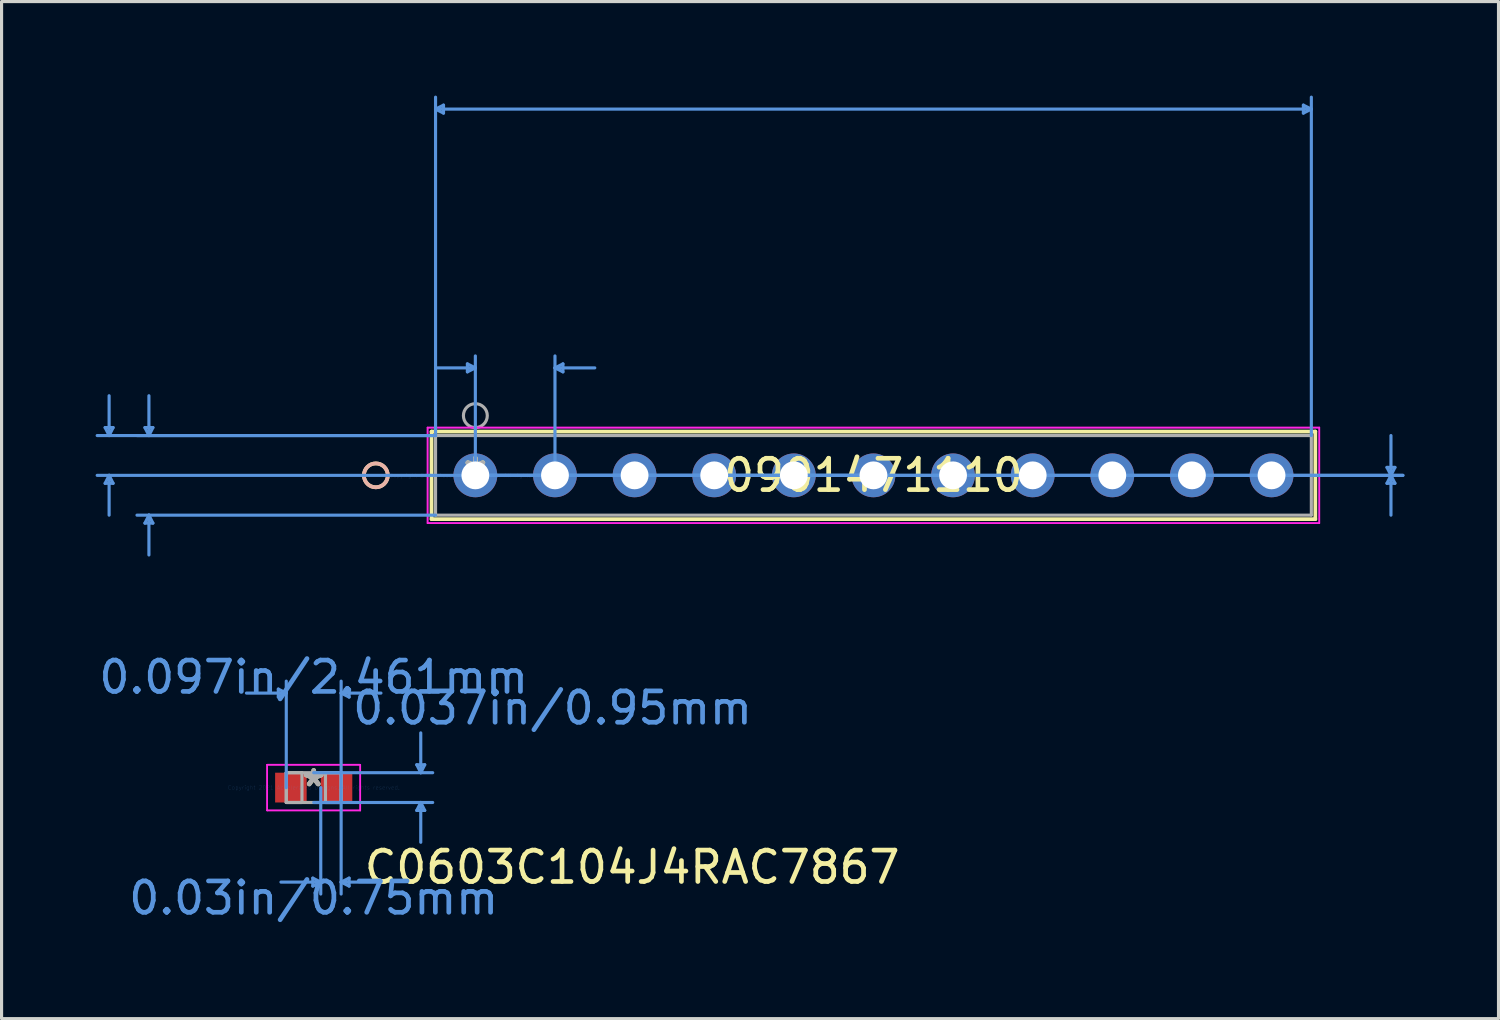
<source format=kicad_pcb>
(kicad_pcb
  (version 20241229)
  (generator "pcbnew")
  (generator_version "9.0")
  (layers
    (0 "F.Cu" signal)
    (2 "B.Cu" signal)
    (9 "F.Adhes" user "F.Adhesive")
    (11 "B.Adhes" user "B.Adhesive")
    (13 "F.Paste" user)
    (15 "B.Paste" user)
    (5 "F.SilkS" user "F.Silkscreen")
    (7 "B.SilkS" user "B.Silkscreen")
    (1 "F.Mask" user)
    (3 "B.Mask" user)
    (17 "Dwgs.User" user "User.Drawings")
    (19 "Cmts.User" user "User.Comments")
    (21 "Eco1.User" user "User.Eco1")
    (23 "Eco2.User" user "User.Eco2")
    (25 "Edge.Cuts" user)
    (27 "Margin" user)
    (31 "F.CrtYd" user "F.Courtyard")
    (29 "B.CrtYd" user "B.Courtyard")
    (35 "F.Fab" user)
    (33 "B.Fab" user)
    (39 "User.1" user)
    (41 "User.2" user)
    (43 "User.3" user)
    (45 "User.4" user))
  (footprint "0901471110"
    (layer "F.Cu")
    (at 12.115 12.115)
    (property "Reference" "0901471110" (at 12.7 0 0) (layer "F.SilkS") (effects (font (size 1 1) (thickness 0.15))))
    (attr through_hole)
    (fp_line (start -1.397 -1.397) (end -1.397 1.397) (stroke (width 0.12) (type solid)) (layer "F.SilkS"))
    (fp_line (start -1.397 1.397) (end 26.797 1.397) (stroke (width 0.12) (type solid)) (layer "F.SilkS"))
    (fp_line (start 26.797 -1.397) (end -1.397 -1.397) (stroke (width 0.12) (type solid)) (layer "F.SilkS"))
    (fp_line (start 26.797 1.397) (end 26.797 -1.397) (stroke (width 0.12) (type solid)) (layer "F.SilkS"))
    (fp_circle (center -3.175 0) (end -2.794 0) (stroke (width 0.12) (type solid)) (fill no) (layer "F.SilkS"))
    (fp_circle (center -3.175 0) (end -2.794 0) (stroke (width 0.12) (type solid)) (fill no) (layer "B.SilkS"))
    (fp_line (start -11.811 -1.524) (end -11.557 -1.524) (stroke (width 0.1) (type solid)) (layer "Cmts.User"))
    (fp_line (start -11.811 0.254) (end -11.557 0.254) (stroke (width 0.1) (type solid)) (layer "Cmts.User"))
    (fp_line (start -11.684 -1.27) (end -11.811 -1.524) (stroke (width 0.1) (type solid)) (layer "Cmts.User"))
    (fp_line (start -11.684 -1.27) (end -11.684 -2.54) (stroke (width 0.1) (type solid)) (layer "Cmts.User"))
    (fp_line (start -11.684 -1.27) (end -11.557 -1.524) (stroke (width 0.1) (type solid)) (layer "Cmts.User"))
    (fp_line (start -11.684 0) (end -11.811 0.254) (stroke (width 0.1) (type solid)) (layer "Cmts.User"))
    (fp_line (start -11.684 0) (end -11.684 1.27) (stroke (width 0.1) (type solid)) (layer "Cmts.User"))
    (fp_line (start -11.684 0) (end -11.557 0.254) (stroke (width 0.1) (type solid)) (layer "Cmts.User"))
    (fp_line (start -10.541 -1.524) (end -10.287 -1.524) (stroke (width 0.1) (type solid)) (layer "Cmts.User"))
    (fp_line (start -10.541 1.524) (end -10.287 1.524) (stroke (width 0.1) (type solid)) (layer "Cmts.User"))
    (fp_line (start -10.414 -1.27) (end -10.541 -1.524) (stroke (width 0.1) (type solid)) (layer "Cmts.User"))
    (fp_line (start -10.414 -1.27) (end -10.414 -2.54) (stroke (width 0.1) (type solid)) (layer "Cmts.User"))
    (fp_line (start -10.414 -1.27) (end -10.287 -1.524) (stroke (width 0.1) (type solid)) (layer "Cmts.User"))
    (fp_line (start -10.414 1.27) (end -10.541 1.524) (stroke (width 0.1) (type solid)) (layer "Cmts.User"))
    (fp_line (start -10.414 1.27) (end -10.414 2.54) (stroke (width 0.1) (type solid)) (layer "Cmts.User"))
    (fp_line (start -10.414 1.27) (end -10.287 1.524) (stroke (width 0.1) (type solid)) (layer "Cmts.User"))
    (fp_line (start -1.27 -11.684) (end -1.016 -11.811) (stroke (width 0.1) (type solid)) (layer "Cmts.User"))
    (fp_line (start -1.27 -11.684) (end -1.016 -11.557) (stroke (width 0.1) (type solid)) (layer "Cmts.User"))
    (fp_line (start -1.27 -11.684) (end 26.67 -11.684) (stroke (width 0.1) (type solid)) (layer "Cmts.User"))
    (fp_line (start -1.27 -1.27) (end -12.065 -1.27) (stroke (width 0.1) (type solid)) (layer "Cmts.User"))
    (fp_line (start -1.27 -1.27) (end -10.795 -1.27) (stroke (width 0.1) (type solid)) (layer "Cmts.User"))
    (fp_line (start -1.27 -1.27) (end -1.27 -12.065) (stroke (width 0.1) (type solid)) (layer "Cmts.User"))
    (fp_line (start -1.27 1.27) (end -10.795 1.27) (stroke (width 0.1) (type solid)) (layer "Cmts.User"))
    (fp_line (start -1.016 -11.811) (end -1.016 -11.557) (stroke (width 0.1) (type solid)) (layer "Cmts.User"))
    (fp_line (start -0.254 -3.556) (end -0.254 -3.302) (stroke (width 0.1) (type solid)) (layer "Cmts.User"))
    (fp_line (start 0 -3.429) (end -1.27 -3.429) (stroke (width 0.1) (type solid)) (layer "Cmts.User"))
    (fp_line (start 0 -3.429) (end -0.254 -3.556) (stroke (width 0.1) (type solid)) (layer "Cmts.User"))
    (fp_line (start 0 -3.429) (end -0.254 -3.302) (stroke (width 0.1) (type solid)) (layer "Cmts.User"))
    (fp_line (start 0 0) (end 0 -3.81) (stroke (width 0.1) (type solid)) (layer "Cmts.User"))
    (fp_line (start 0 0) (end 29.591 0) (stroke (width 0.1) (type solid)) (layer "Cmts.User"))
    (fp_line (start 0 0) (end 29.591 0) (stroke (width 0.1) (type solid)) (layer "Cmts.User"))
    (fp_line (start 2.54 -3.429) (end 2.794 -3.556) (stroke (width 0.1) (type solid)) (layer "Cmts.User"))
    (fp_line (start 2.54 -3.429) (end 2.794 -3.302) (stroke (width 0.1) (type solid)) (layer "Cmts.User"))
    (fp_line (start 2.54 -3.429) (end 3.81 -3.429) (stroke (width 0.1) (type solid)) (layer "Cmts.User"))
    (fp_line (start 2.54 0) (end 2.54 -3.81) (stroke (width 0.1) (type solid)) (layer "Cmts.User"))
    (fp_line (start 2.794 -3.556) (end 2.794 -3.302) (stroke (width 0.1) (type solid)) (layer "Cmts.User"))
    (fp_line (start 12.7 0) (end -12.065 0) (stroke (width 0.1) (type solid)) (layer "Cmts.User"))
    (fp_line (start 26.416 -11.811) (end 26.416 -11.557) (stroke (width 0.1) (type solid)) (layer "Cmts.User"))
    (fp_line (start 26.67 -11.684) (end 26.416 -11.811) (stroke (width 0.1) (type solid)) (layer "Cmts.User"))
    (fp_line (start 26.67 -11.684) (end 26.416 -11.557) (stroke (width 0.1) (type solid)) (layer "Cmts.User"))
    (fp_line (start 26.67 -1.27) (end 26.67 -12.065) (stroke (width 0.1) (type solid)) (layer "Cmts.User"))
    (fp_line (start 29.083 -0.254) (end 29.337 -0.254) (stroke (width 0.1) (type solid)) (layer "Cmts.User"))
    (fp_line (start 29.083 0.254) (end 29.337 0.254) (stroke (width 0.1) (type solid)) (layer "Cmts.User"))
    (fp_line (start 29.21 0) (end 29.083 -0.254) (stroke (width 0.1) (type solid)) (layer "Cmts.User"))
    (fp_line (start 29.21 0) (end 29.083 0.254) (stroke (width 0.1) (type solid)) (layer "Cmts.User"))
    (fp_line (start 29.21 0) (end 29.21 -1.27) (stroke (width 0.1) (type solid)) (layer "Cmts.User"))
    (fp_line (start 29.21 0) (end 29.21 1.27) (stroke (width 0.1) (type solid)) (layer "Cmts.User"))
    (fp_line (start 29.21 0) (end 29.337 -0.254) (stroke (width 0.1) (type solid)) (layer "Cmts.User"))
    (fp_line (start 29.21 0) (end 29.337 0.254) (stroke (width 0.1) (type solid)) (layer "Cmts.User"))
    (fp_line (start -1.524 -1.524) (end -1.524 1.524) (stroke (width 0.05) (type solid)) (layer "F.CrtYd"))
    (fp_line (start -1.524 -1.524) (end -1.524 1.524) (stroke (width 0.05) (type solid)) (layer "F.CrtYd"))
    (fp_line (start -1.524 1.524) (end 26.924 1.524) (stroke (width 0.05) (type solid)) (layer "F.CrtYd"))
    (fp_line (start -1.524 1.524) (end 26.924 1.524) (stroke (width 0.05) (type solid)) (layer "F.CrtYd"))
    (fp_line (start 26.924 -1.524) (end -1.524 -1.524) (stroke (width 0.05) (type solid)) (layer "F.CrtYd"))
    (fp_line (start 26.924 -1.524) (end -1.524 -1.524) (stroke (width 0.05) (type solid)) (layer "F.CrtYd"))
    (fp_line (start 26.924 1.524) (end 26.924 -1.524) (stroke (width 0.05) (type solid)) (layer "F.CrtYd"))
    (fp_line (start 26.924 1.524) (end 26.924 -1.524) (stroke (width 0.05) (type solid)) (layer "F.CrtYd"))
    (fp_line (start -1.27 -1.27) (end -1.27 1.27) (stroke (width 0.1) (type solid)) (layer "F.Fab"))
    (fp_line (start -1.27 1.27) (end 26.67 1.27) (stroke (width 0.1) (type solid)) (layer "F.Fab"))
    (fp_line (start 26.67 -1.27) (end -1.27 -1.27) (stroke (width 0.1) (type solid)) (layer "F.Fab"))
    (fp_line (start 26.67 1.27) (end 26.67 -1.27) (stroke (width 0.1) (type solid)) (layer "F.Fab"))
    (fp_circle (center 0 -1.905) (end 0.381 -1.905) (stroke (width 0.1) (type solid)) (fill no) (layer "F.Fab"))
    (fp_text user "*" (at 0 0 0) (layer "F.SilkS") (effects (font (size 1 1) (thickness 0.15))))
    (fp_text user "Copyright 2021 Accelerated Designs. All rights reserved." (at 0 0 0) (layer "Cmts.User") (effects (font (size 0.127 0.127) (thickness 0.002))))
    (fp_text user "*" (at 0 0 0) (layer "F.Fab") (effects (font (size 1 1) (thickness 0.15))))
    (pad "1" thru_hole circle (at 0 0) (size 1.397 1.397) (drill 0.889) (layers "*.Cu" "*.Mask"))
    (pad "2" thru_hole circle (at 2.54 0) (size 1.397 1.397) (drill 0.889) (layers "*.Cu" "*.Mask"))
    (pad "3" thru_hole circle (at 5.08 0) (size 1.397 1.397) (drill 0.889) (layers "*.Cu" "*.Mask"))
    (pad "4" thru_hole circle (at 7.62 0) (size 1.397 1.397) (drill 0.889) (layers "*.Cu" "*.Mask"))
    (pad "5" thru_hole circle (at 10.16 0) (size 1.397 1.397) (drill 0.889) (layers "*.Cu" "*.Mask"))
    (pad "6" thru_hole circle (at 12.7 0) (size 1.397 1.397) (drill 0.889) (layers "*.Cu" "*.Mask"))
    (pad "7" thru_hole circle (at 15.24 0) (size 1.397 1.397) (drill 0.889) (layers "*.Cu" "*.Mask"))
    (pad "8" thru_hole circle (at 17.78 0) (size 1.397 1.397) (drill 0.889) (layers "*.Cu" "*.Mask"))
    (pad "9" thru_hole circle (at 20.32 0) (size 1.397 1.397) (drill 0.889) (layers "*.Cu" "*.Mask"))
    (pad "10" thru_hole circle (at 22.86 0) (size 1.397 1.397) (drill 0.889) (layers "*.Cu" "*.Mask"))
    (pad "11" thru_hole circle (at 25.4 0) (size 1.397 1.397) (drill 0.889) (layers "*.Cu" "*.Mask")))
  (footprint "C0603C104J4RAC7867"
    (layer "F.Cu")
    (at 6.958 22.076)
    (property "Reference" "C0603C104J4RAC7867" (at 10.16 2.54 0) (layer "F.SilkS") (effects (font (size 1 1) (thickness 0.15))))
    (attr through_hole)
    (fp_line (start -1.129 -3.142) (end -1.129 -2.888) (stroke (width 0.1) (type solid)) (layer "Cmts.User"))
    (fp_line (start -0.875 -3.015) (end -2.145 -3.015) (stroke (width 0.1) (type solid)) (layer "Cmts.User"))
    (fp_line (start -0.875 -3.015) (end -1.129 -3.142) (stroke (width 0.1) (type solid)) (layer "Cmts.User"))
    (fp_line (start -0.875 -3.015) (end -1.129 -2.888) (stroke (width 0.1) (type solid)) (layer "Cmts.User"))
    (fp_line (start -0.875 0) (end -0.875 -3.396) (stroke (width 0.1) (type solid)) (layer "Cmts.User"))
    (fp_line (start -0.029 2.888) (end -0.029 3.142) (stroke (width 0.1) (type solid)) (layer "Cmts.User"))
    (fp_line (start 0 -0.475) (end 3.796 -0.475) (stroke (width 0.1) (type solid)) (layer "Cmts.User"))
    (fp_line (start 0 0.475) (end 3.796 0.475) (stroke (width 0.1) (type solid)) (layer "Cmts.User"))
    (fp_line (start 0.225 0) (end 0.225 3.396) (stroke (width 0.1) (type solid)) (layer "Cmts.User"))
    (fp_line (start 0.225 3.015) (end -1.045 3.015) (stroke (width 0.1) (type solid)) (layer "Cmts.User"))
    (fp_line (start 0.225 3.015) (end -0.029 2.888) (stroke (width 0.1) (type solid)) (layer "Cmts.User"))
    (fp_line (start 0.225 3.015) (end -0.029 3.142) (stroke (width 0.1) (type solid)) (layer "Cmts.User"))
    (fp_line (start 0.875 -3.015) (end 1.129 -3.142) (stroke (width 0.1) (type solid)) (layer "Cmts.User"))
    (fp_line (start 0.875 -3.015) (end 1.129 -2.888) (stroke (width 0.1) (type solid)) (layer "Cmts.User"))
    (fp_line (start 0.875 -3.015) (end 2.145 -3.015) (stroke (width 0.1) (type solid)) (layer "Cmts.User"))
    (fp_line (start 0.875 0) (end 0.875 -3.396) (stroke (width 0.1) (type solid)) (layer "Cmts.User"))
    (fp_line (start 0.875 0) (end 0.875 3.396) (stroke (width 0.1) (type solid)) (layer "Cmts.User"))
    (fp_line (start 0.875 3.015) (end 1.129 2.888) (stroke (width 0.1) (type solid)) (layer "Cmts.User"))
    (fp_line (start 0.875 3.015) (end 1.129 3.142) (stroke (width 0.1) (type solid)) (layer "Cmts.User"))
    (fp_line (start 0.875 3.015) (end 2.145 3.015) (stroke (width 0.1) (type solid)) (layer "Cmts.User"))
    (fp_line (start 1.129 -3.142) (end 1.129 -2.888) (stroke (width 0.1) (type solid)) (layer "Cmts.User"))
    (fp_line (start 1.129 2.888) (end 1.129 3.142) (stroke (width 0.1) (type solid)) (layer "Cmts.User"))
    (fp_line (start 3.288 -0.729) (end 3.542 -0.729) (stroke (width 0.1) (type solid)) (layer "Cmts.User"))
    (fp_line (start 3.288 0.729) (end 3.542 0.729) (stroke (width 0.1) (type solid)) (layer "Cmts.User"))
    (fp_line (start 3.415 -0.475) (end 3.288 -0.729) (stroke (width 0.1) (type solid)) (layer "Cmts.User"))
    (fp_line (start 3.415 -0.475) (end 3.415 -1.745) (stroke (width 0.1) (type solid)) (layer "Cmts.User"))
    (fp_line (start 3.415 -0.475) (end 3.542 -0.729) (stroke (width 0.1) (type solid)) (layer "Cmts.User"))
    (fp_line (start 3.415 0.475) (end 3.288 0.729) (stroke (width 0.1) (type solid)) (layer "Cmts.User"))
    (fp_line (start 3.415 0.475) (end 3.415 1.745) (stroke (width 0.1) (type solid)) (layer "Cmts.User"))
    (fp_line (start 3.415 0.475) (end 3.542 0.729) (stroke (width 0.1) (type solid)) (layer "Cmts.User"))
    (fp_line (start -1.485 -0.729) (end 1.485 -0.729) (stroke (width 0.05) (type solid)) (layer "F.CrtYd"))
    (fp_line (start -1.485 -0.729) (end 1.485 -0.729) (stroke (width 0.05) (type solid)) (layer "F.CrtYd"))
    (fp_line (start -1.485 0.729) (end -1.485 -0.729) (stroke (width 0.05) (type solid)) (layer "F.CrtYd"))
    (fp_line (start -1.485 0.729) (end -1.485 -0.729) (stroke (width 0.05) (type solid)) (layer "F.CrtYd"))
    (fp_line (start 1.485 -0.729) (end 1.485 0.729) (stroke (width 0.05) (type solid)) (layer "F.CrtYd"))
    (fp_line (start 1.485 -0.729) (end 1.485 0.729) (stroke (width 0.05) (type solid)) (layer "F.CrtYd"))
    (fp_line (start 1.485 0.729) (end -1.485 0.729) (stroke (width 0.05) (type solid)) (layer "F.CrtYd"))
    (fp_line (start 1.485 0.729) (end -1.485 0.729) (stroke (width 0.05) (type solid)) (layer "F.CrtYd"))
    (fp_line (start -0.875 -0.475) (end -0.875 0.475) (stroke (width 0.1) (type solid)) (layer "F.Fab"))
    (fp_line (start -0.875 -0.475) (end -0.875 0.475) (stroke (width 0.1) (type solid)) (layer "F.Fab"))
    (fp_line (start -0.875 0.475) (end -0.375 0.475) (stroke (width 0.1) (type solid)) (layer "F.Fab"))
    (fp_line (start -0.875 0.475) (end 0.875 0.475) (stroke (width 0.1) (type solid)) (layer "F.Fab"))
    (fp_line (start -0.375 -0.475) (end -0.875 -0.475) (stroke (width 0.1) (type solid)) (layer "F.Fab"))
    (fp_line (start -0.375 0.475) (end -0.375 -0.475) (stroke (width 0.1) (type solid)) (layer "F.Fab"))
    (fp_line (start 0.375 -0.475) (end 0.375 0.475) (stroke (width 0.1) (type solid)) (layer "F.Fab"))
    (fp_line (start 0.375 0.475) (end 0.875 0.475) (stroke (width 0.1) (type solid)) (layer "F.Fab"))
    (fp_line (start 0.875 -0.475) (end -0.875 -0.475) (stroke (width 0.1) (type solid)) (layer "F.Fab"))
    (fp_line (start 0.875 -0.475) (end 0.375 -0.475) (stroke (width 0.1) (type solid)) (layer "F.Fab"))
    (fp_line (start 0.875 0.475) (end 0.875 -0.475) (stroke (width 0.1) (type solid)) (layer "F.Fab"))
    (fp_line (start 0.875 0.475) (end 0.875 -0.475) (stroke (width 0.1) (type solid)) (layer "F.Fab"))
    (fp_text user "*" (at 0 0 0) (layer "F.SilkS") (effects (font (size 1 1) (thickness 0.15))))
    (fp_text user "Copyright 2021 Accelerated Designs. All rights reserved." (at 0 0 0) (layer "Cmts.User") (effects (font (size 0.127 0.127) (thickness 0.002))))
    (fp_text user "0.037in/0.95mm" (at 7.62 -2.54 0) (layer "Cmts.User") (effects (font (size 1 1) (thickness 0.15))))
    (fp_text user "0.097in/2.461mm" (at 0 -3.523 0) (layer "Cmts.User") (effects (font (size 1 1) (thickness 0.15))))
    (fp_text user "0.03in/0.75mm" (at 0 3.523 0) (layer "Cmts.User") (effects (font (size 1 1) (thickness 0.15))))
    (fp_text user "*" (at 0 0 0) (layer "F.Fab") (effects (font (size 1 1) (thickness 0.15))))
    (pad "1" smd rect (at -0.728 0) (size 1.006 0.95) (layers "F.Cu" "F.Mask" "F.Paste"))
    (pad "2" smd rect (at 0.728 0) (size 1.006 0.95) (layers "F.Cu" "F.Mask" "F.Paste")))
  (gr_rect
    (start -3 -3)
    (end 44.756 29.447)
    (stroke (width 0.1) (type default))
    (fill no)
    (layer "Edge.Cuts")))
</source>
